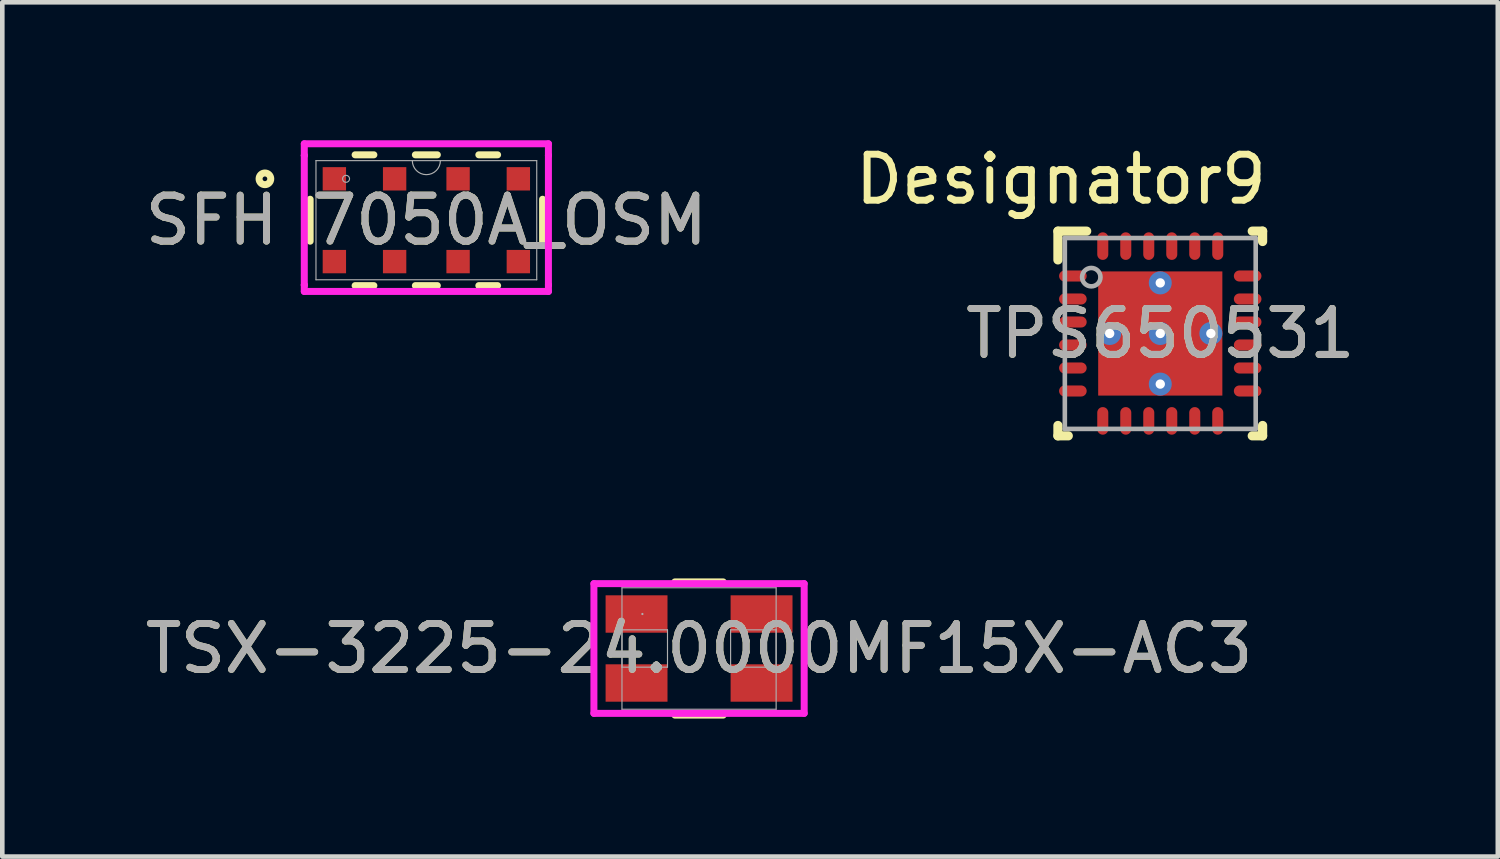
<source format=kicad_pcb>
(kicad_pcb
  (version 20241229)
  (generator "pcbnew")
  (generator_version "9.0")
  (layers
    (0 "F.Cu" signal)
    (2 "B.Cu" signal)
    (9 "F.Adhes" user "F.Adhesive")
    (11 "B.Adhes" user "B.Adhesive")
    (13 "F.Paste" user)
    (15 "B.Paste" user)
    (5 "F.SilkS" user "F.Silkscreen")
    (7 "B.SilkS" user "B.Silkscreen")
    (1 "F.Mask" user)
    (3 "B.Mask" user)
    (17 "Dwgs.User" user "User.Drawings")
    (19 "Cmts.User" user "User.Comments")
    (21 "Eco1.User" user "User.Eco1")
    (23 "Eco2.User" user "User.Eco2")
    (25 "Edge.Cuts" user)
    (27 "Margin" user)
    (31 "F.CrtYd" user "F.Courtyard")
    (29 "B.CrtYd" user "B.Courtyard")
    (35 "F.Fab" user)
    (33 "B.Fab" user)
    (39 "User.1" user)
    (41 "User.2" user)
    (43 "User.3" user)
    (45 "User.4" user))
  (footprint "SFH 7050A_OSM"
    (layer "F.Cu")
    (at 6.22 1.738)
    (property "Reference" "SFH 7050A_OSM" (at 0 0 0) (unlocked yes) (layer "F.SilkS") (effects (font (size 1 1) (thickness 0.15))))
    (attr smd)
    (fp_line (start -2.527 -0.456) (end -2.527 0.456) (stroke (width 0.152) (type solid)) (layer "F.SilkS"))
    (fp_line (start -1.549 1.422) (end -1.141 1.422) (stroke (width 0.152) (type solid)) (layer "F.SilkS"))
    (fp_line (start -1.141 -1.422) (end -1.549 -1.422) (stroke (width 0.152) (type solid)) (layer "F.SilkS"))
    (fp_line (start -0.239 1.422) (end 0.239 1.422) (stroke (width 0.152) (type solid)) (layer "F.SilkS"))
    (fp_line (start 0.239 -1.422) (end -0.239 -1.422) (stroke (width 0.152) (type solid)) (layer "F.SilkS"))
    (fp_line (start 1.141 1.422) (end 1.549 1.422) (stroke (width 0.152) (type solid)) (layer "F.SilkS"))
    (fp_line (start 1.549 -1.422) (end 1.141 -1.422) (stroke (width 0.152) (type solid)) (layer "F.SilkS"))
    (fp_line (start 2.527 0.456) (end 2.527 -0.456) (stroke (width 0.152) (type solid)) (layer "F.SilkS"))
    (fp_circle (center -3.51 -0.9) (end -3.383 -0.9) (stroke (width 0.152) (type solid)) (fill no) (layer "F.SilkS"))
    (fp_line (start -2.654 -1.662) (end 2.654 -1.662) (stroke (width 0.152) (type solid)) (layer "F.CrtYd"))
    (fp_line (start -2.654 -1.408) (end -2.654 -1.662) (stroke (width 0.152) (type solid)) (layer "F.CrtYd"))
    (fp_line (start -2.654 -1.408) (end -2.654 -1.408) (stroke (width 0.152) (type solid)) (layer "F.CrtYd"))
    (fp_line (start -2.654 1.408) (end -2.654 -1.408) (stroke (width 0.152) (type solid)) (layer "F.CrtYd"))
    (fp_line (start -2.654 1.408) (end -2.654 1.408) (stroke (width 0.152) (type solid)) (layer "F.CrtYd"))
    (fp_line (start -2.654 1.549) (end -2.654 1.408) (stroke (width 0.152) (type solid)) (layer "F.CrtYd"))
    (fp_line (start 2.654 -1.662) (end 2.654 -1.408) (stroke (width 0.152) (type solid)) (layer "F.CrtYd"))
    (fp_line (start 2.654 -1.408) (end 2.654 -1.408) (stroke (width 0.152) (type solid)) (layer "F.CrtYd"))
    (fp_line (start 2.654 -1.408) (end 2.654 1.408) (stroke (width 0.152) (type solid)) (layer "F.CrtYd"))
    (fp_line (start 2.654 1.408) (end 2.654 1.408) (stroke (width 0.152) (type solid)) (layer "F.CrtYd"))
    (fp_line (start 2.654 1.408) (end 2.654 1.549) (stroke (width 0.152) (type solid)) (layer "F.CrtYd"))
    (fp_line (start 2.654 1.549) (end -2.654 1.549) (stroke (width 0.152) (type solid)) (layer "F.CrtYd"))
    (fp_line (start -2.4 -1.295) (end -2.4 1.295) (stroke (width 0.025) (type solid)) (layer "F.Fab"))
    (fp_line (start -2.4 1.295) (end 2.4 1.295) (stroke (width 0.025) (type solid)) (layer "F.Fab"))
    (fp_line (start 2.4 -1.295) (end -2.4 -1.295) (stroke (width 0.025) (type solid)) (layer "F.Fab"))
    (fp_line (start 2.4 1.295) (end 2.4 -1.295) (stroke (width 0.025) (type solid)) (layer "F.Fab"))
    (fp_arc (start 0.3048 -1.2954) (mid 0 -0.9906) (end -0.3048 -1.2954) (stroke (width 0.0254) (type solid)) (layer "F.Fab"))
    (fp_circle (center -1.746 -0.9) (end -1.67 -0.9) (stroke (width 0.025) (type solid)) (fill no) (layer "F.Fab"))
    (fp_text user "${REFERENCE}" (at 0 0 0) (unlocked yes) (layer "F.Fab") (effects (font (size 1 1) (thickness 0.15))))
    (pad "1" smd rect (at -2 -0.9) (size 0.508 0.508) (layers "F.Cu" "F.Mask" "F.Paste"))
    (pad "2" smd rect (at -0.69 -0.9) (size 0.508 0.508) (layers "F.Cu" "F.Mask" "F.Paste"))
    (pad "3" smd rect (at 0.69 -0.9) (size 0.508 0.508) (layers "F.Cu" "F.Mask" "F.Paste"))
    (pad "4" smd rect (at 2 -0.9) (size 0.508 0.508) (layers "F.Cu" "F.Mask" "F.Paste"))
    (pad "5" smd rect (at 2 0.9) (size 0.508 0.508) (layers "F.Cu" "F.Mask" "F.Paste"))
    (pad "6" smd rect (at 0.69 0.9) (size 0.508 0.508) (layers "F.Cu" "F.Mask" "F.Paste"))
    (pad "7" smd rect (at -0.69 0.9) (size 0.508 0.508) (layers "F.Cu" "F.Mask" "F.Paste"))
    (pad "8" smd rect (at -2 0.9) (size 0.508 0.508) (layers "F.Cu" "F.Mask" "F.Paste")))
  (footprint "TSX-3225-24.0000MF15X-AC3"
    (layer "F.Cu")
    (at 12.149 11.05)
    (property "Reference" "TSX-3225-24.0000MF15X-AC3" (at 0 0 0) (unlocked yes) (layer "F.SilkS") (effects (font (size 1 1) (thickness 0.15))))
    (attr smd)
    (fp_line (start -0.525 1.448) (end 0.525 1.448) (stroke (width 0.152) (type solid)) (layer "F.SilkS"))
    (fp_line (start 0.525 -1.448) (end -0.525 -1.448) (stroke (width 0.152) (type solid)) (layer "F.SilkS"))
    (fp_line (start -2.286 -1.41) (end 2.286 -1.41) (stroke (width 0.152) (type solid)) (layer "F.CrtYd"))
    (fp_line (start -2.286 1.41) (end -2.286 -1.41) (stroke (width 0.152) (type solid)) (layer "F.CrtYd"))
    (fp_line (start 2.286 -1.41) (end 2.286 1.41) (stroke (width 0.152) (type solid)) (layer "F.CrtYd"))
    (fp_line (start 2.286 1.41) (end -2.286 1.41) (stroke (width 0.152) (type solid)) (layer "F.CrtYd"))
    (fp_line (start -1.676 -1.321) (end -1.676 1.321) (stroke (width 0.025) (type solid)) (layer "F.Fab"))
    (fp_line (start -1.676 -0.406) (end -1.676 0.406) (stroke (width 0.025) (type solid)) (layer "F.Fab"))
    (fp_line (start -1.676 0.406) (end -0.686 0.406) (stroke (width 0.025) (type solid)) (layer "F.Fab"))
    (fp_line (start -1.676 1.321) (end 1.676 1.321) (stroke (width 0.025) (type solid)) (layer "F.Fab"))
    (fp_line (start -0.686 -0.406) (end -1.676 -0.406) (stroke (width 0.025) (type solid)) (layer "F.Fab"))
    (fp_line (start -0.686 0.406) (end -0.686 -0.406) (stroke (width 0.025) (type solid)) (layer "F.Fab"))
    (fp_line (start 0.686 -0.406) (end 0.686 0.406) (stroke (width 0.025) (type solid)) (layer "F.Fab"))
    (fp_line (start 0.686 0.406) (end 1.676 0.406) (stroke (width 0.025) (type solid)) (layer "F.Fab"))
    (fp_line (start 1.676 -1.321) (end -1.676 -1.321) (stroke (width 0.025) (type solid)) (layer "F.Fab"))
    (fp_line (start 1.676 -0.406) (end 0.686 -0.406) (stroke (width 0.025) (type solid)) (layer "F.Fab"))
    (fp_line (start 1.676 0.406) (end 1.676 -0.406) (stroke (width 0.025) (type solid)) (layer "F.Fab"))
    (fp_line (start 1.676 1.321) (end 1.676 -1.321) (stroke (width 0.025) (type solid)) (layer "F.Fab"))
    (fp_circle (center -1.232 -0.75) (end -1.232 -0.75) (stroke (width 0.025) (type solid)) (fill no) (layer "F.Fab"))
    (fp_text user "${REFERENCE}" (at 0 0 0) (unlocked yes) (layer "F.Fab") (effects (font (size 1 1) (thickness 0.15))))
    (pad "1" smd rect (at -1.359 0.75) (size 1.346 0.813) (layers "F.Cu" "F.Mask" "F.Paste"))
    (pad "2" smd rect (at 1.359 0.75) (size 1.346 0.813) (layers "F.Cu" "F.Mask" "F.Paste"))
    (pad "3" smd rect (at 1.359 -0.75) (size 1.346 0.813) (layers "F.Cu" "F.Mask" "F.Paste"))
    (pad "4" smd rect (at -1.359 -0.75) (size 1.346 0.813) (layers "F.Cu" "F.Mask" "F.Paste"))
    (zone (net_name "") (layer "F.Cu") (hatch full 0.508) (connect_pads) (min_thickness 0.254) (filled_areas_thickness no) (keepout (tracks not_allowed) (vias not_allowed) (pads allowed) (copperpour not_allowed) (footprints allowed)) (placement (enabled no)) (fill) (polygon (pts (xy 11.514 9.78) (xy 12.784 9.78) (xy 12.784 12.32) (xy 11.514 12.32)))))
  (footprint "TPS650531"
    (layer "F.Cu")
    (at 22.177 4.201)
    (property "Reference" "TPS650531" (at 0 0 0) (unlocked yes) (layer "F.SilkS") (effects (font (size 1 1) (thickness 0.15))))
    (attr smd)
    (fp_line (start -2.225 -2.225) (end -1.6 -2.225) (stroke (width 0.2) (type solid)) (layer "F.SilkS"))
    (fp_line (start -2.225 -1.6) (end -2.225 -2.225) (stroke (width 0.2) (type solid)) (layer "F.SilkS"))
    (fp_line (start -2.225 2.225) (end -2.225 2) (stroke (width 0.2) (type solid)) (layer "F.SilkS"))
    (fp_line (start -2.225 2.225) (end -2 2.225) (stroke (width 0.2) (type solid)) (layer "F.SilkS"))
    (fp_line (start 2 -2.225) (end 2.225 -2.225) (stroke (width 0.2) (type solid)) (layer "F.SilkS"))
    (fp_line (start 2 2.225) (end 2.225 2.225) (stroke (width 0.2) (type solid)) (layer "F.SilkS"))
    (fp_line (start 2.225 -2) (end 2.225 -2.225) (stroke (width 0.2) (type solid)) (layer "F.SilkS"))
    (fp_line (start 2.225 2.225) (end 2.225 2) (stroke (width 0.2) (type solid)) (layer "F.SilkS"))
    (fp_poly (pts (xy -0.1 -1.288) (xy -1.288 -1.288) (xy -1.288 -0.1) (xy -0.1 -0.1)) (stroke (width 0) (type solid)) (fill yes) (layer "F.Paste"))
    (fp_poly (pts (xy -0.1 0.1) (xy -1.288 0.1) (xy -1.288 1.288) (xy -0.1 1.288)) (stroke (width 0) (type solid)) (fill yes) (layer "F.Paste"))
    (fp_poly (pts (xy 0.1 -0.1) (xy 1.288 -0.1) (xy 1.288 -1.288) (xy 0.1 -1.288)) (stroke (width 0) (type solid)) (fill yes) (layer "F.Paste"))
    (fp_poly (pts (xy 0.1 1.288) (xy 1.288 1.288) (xy 1.288 0.1) (xy 0.1 0.1)) (stroke (width 0) (type solid)) (fill yes) (layer "F.Paste"))
    (fp_line (start -2.075 -2.075) (end 2.075 -2.075) (stroke (width 0.1) (type solid)) (layer "F.Fab"))
    (fp_line (start -2.075 2.075) (end -2.075 -2.075) (stroke (width 0.1) (type solid)) (layer "F.Fab"))
    (fp_line (start -2.075 2.075) (end 2.075 2.075) (stroke (width 0.1) (type solid)) (layer "F.Fab"))
    (fp_line (start 2.075 2.075) (end 2.075 -2.075) (stroke (width 0.1) (type solid)) (layer "F.Fab"))
    (fp_circle (center -1.5 -1.225) (end -1.3 -1.225) (stroke (width 0.1) (type solid)) (fill no) (layer "F.Fab"))
    (fp_text user "Designator9" (at -2.159 -3.353 0) (unlocked yes) (layer "F.SilkS") (effects (font (size 1 1) (thickness 0.15))))
    (fp_text user "${REFERENCE}" (at 0 0 0) (unlocked yes) (layer "F.Fab") (effects (font (size 1 1) (thickness 0.15))))
    (pad "1" smd oval (at -1.9 -1.25 90) (size 0.24 0.6) (layers "F.Cu" "F.Mask" "F.Paste"))
    (pad "2" smd oval (at -1.9 -0.75 90) (size 0.24 0.6) (layers "F.Cu" "F.Mask" "F.Paste"))
    (pad "3" smd oval (at -1.9 -0.25 90) (size 0.24 0.6) (layers "F.Cu" "F.Mask" "F.Paste"))
    (pad "4" smd oval (at -1.9 0.25 90) (size 0.24 0.6) (layers "F.Cu" "F.Mask" "F.Paste"))
    (pad "5" smd oval (at -1.9 0.75 90) (size 0.24 0.6) (layers "F.Cu" "F.Mask" "F.Paste"))
    (pad "6" smd oval (at -1.9 1.25 90) (size 0.24 0.6) (layers "F.Cu" "F.Mask" "F.Paste"))
    (pad "7" smd oval (at -1.25 1.9) (size 0.24 0.6) (layers "F.Cu" "F.Mask" "F.Paste"))
    (pad "8" smd oval (at -0.75 1.9) (size 0.24 0.6) (layers "F.Cu" "F.Mask" "F.Paste"))
    (pad "9" smd oval (at -0.25 1.9) (size 0.24 0.6) (layers "F.Cu" "F.Mask" "F.Paste"))
    (pad "10" smd oval (at 0.25 1.9) (size 0.24 0.6) (layers "F.Cu" "F.Mask" "F.Paste"))
    (pad "11" smd oval (at 0.75 1.9) (size 0.24 0.6) (layers "F.Cu" "F.Mask" "F.Paste"))
    (pad "12" smd oval (at 1.25 1.9) (size 0.24 0.6) (layers "F.Cu" "F.Mask" "F.Paste"))
    (pad "13" smd oval (at 1.9 1.25 90) (size 0.24 0.6) (layers "F.Cu" "F.Mask" "F.Paste"))
    (pad "14" smd oval (at 1.9 0.75 90) (size 0.24 0.6) (layers "F.Cu" "F.Mask" "F.Paste"))
    (pad "15" smd oval (at 1.9 0.25 90) (size 0.24 0.6) (layers "F.Cu" "F.Mask" "F.Paste"))
    (pad "16" smd oval (at 1.9 -0.25 90) (size 0.24 0.6) (layers "F.Cu" "F.Mask" "F.Paste"))
    (pad "17" smd oval (at 1.9 -0.75 90) (size 0.24 0.6) (layers "F.Cu" "F.Mask" "F.Paste"))
    (pad "18" smd oval (at 1.9 -1.25 90) (size 0.24 0.6) (layers "F.Cu" "F.Mask" "F.Paste"))
    (pad "19" smd oval (at 1.25 -1.9) (size 0.24 0.6) (layers "F.Cu" "F.Mask" "F.Paste"))
    (pad "20" smd oval (at 0.75 -1.9) (size 0.24 0.6) (layers "F.Cu" "F.Mask" "F.Paste"))
    (pad "21" smd oval (at 0.25 -1.9) (size 0.24 0.6) (layers "F.Cu" "F.Mask" "F.Paste"))
    (pad "22" smd oval (at -0.25 -1.9) (size 0.24 0.6) (layers "F.Cu" "F.Mask" "F.Paste"))
    (pad "23" smd oval (at -0.75 -1.9) (size 0.24 0.6) (layers "F.Cu" "F.Mask" "F.Paste"))
    (pad "24" smd oval (at -1.25 -1.9) (size 0.24 0.6) (layers "F.Cu" "F.Mask" "F.Paste"))
    (pad "25" smd rect (at 0 0) (size 2.7 2.7) (layers "F.Cu" "F.Mask"))
    (pad "V1" thru_hole circle (at 0 -1.1) (size 0.5 0.5) (drill 0.203) (layers "*.Cu" "*.Mask"))
    (pad "V2" thru_hole circle (at -1.1 0) (size 0.5 0.5) (drill 0.203) (layers "*.Cu" "*.Mask"))
    (pad "V3" thru_hole circle (at 0 0) (size 0.5 0.5) (drill 0.203) (layers "*.Cu" "*.Mask"))
    (pad "V4" thru_hole circle (at 1.1 0) (size 0.5 0.5) (drill 0.203) (layers "*.Cu" "*.Mask"))
    (pad "V5" thru_hole circle (at 0 1.1) (size 0.5 0.5) (drill 0.203) (layers "*.Cu" "*.Mask")))
  (gr_rect
    (start -3 -3)
    (end 29.516 15.574)
    (stroke (width 0.1) (type default))
    (fill no)
    (layer "Edge.Cuts")))
</source>
